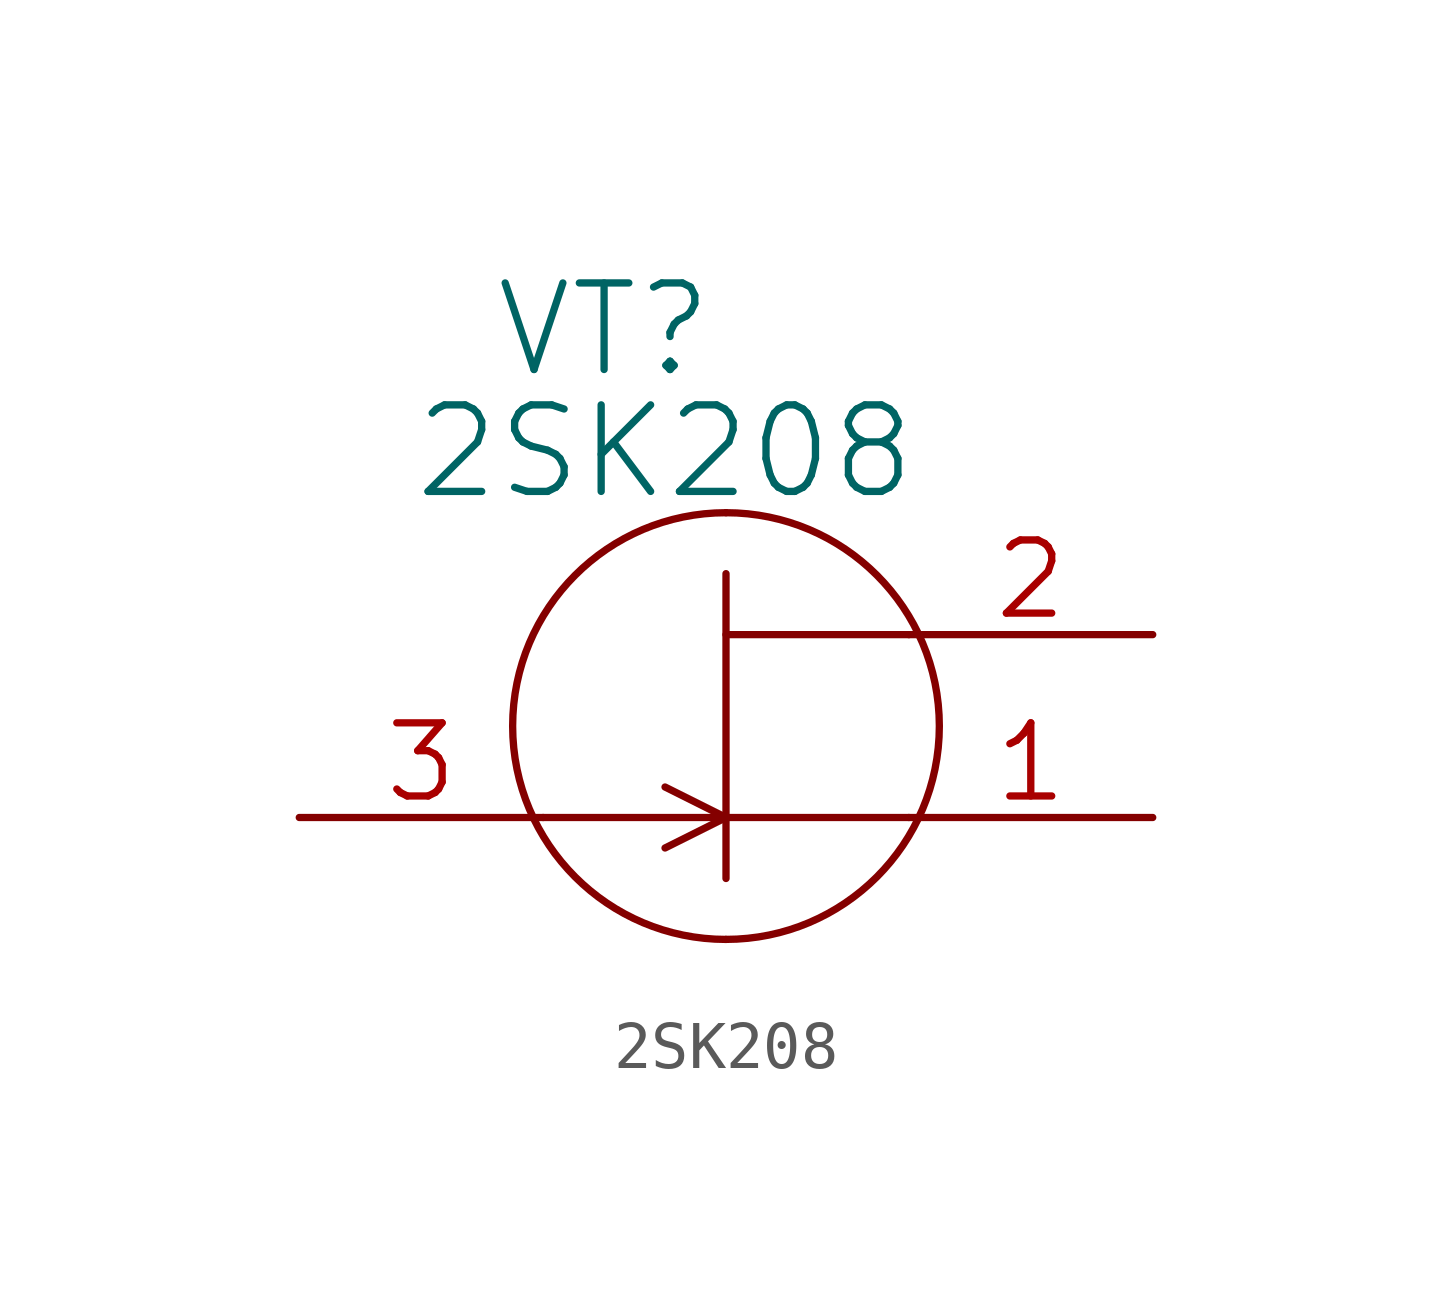
<source format=kicad_sym>
(kicad_symbol_lib
  (version 20211014)
  (generator kicad_symbol_editor)
  (symbol "2SK208"
    (pin_names hide)
    (property "Reference" "VT"
      (at 5.08 10.16 0)
      (effects (font (size 1.803 1.803))))
    (property "Value" "2SK208"
      (at 6.35 7.62 0)
      (effects (font (size 1.803 1.803))))
    (property "Footprint" ""
      (at 0 0 0)
      (effects (font (size 1.524 1.524))))
    (property "Datasheet" ""
      (at 0 0 0)
      (effects (font (size 1.524 1.524))))
    (symbol "2SK208_0_0"
      (pin passive line (at 16.51 0 180) (length 5.08) (name "SOURCE" (effects (font (size 1.524 1.524)))) (number "1" (effects (font (size 1.524 1.524)))))
      (pin passive line (at 16.51 3.81 180) (length 5.08) (name "DRAIN" (effects (font (size 1.524 1.524)))) (number "2" (effects (font (size 1.524 1.524)))))
      (pin input line (at -1.27 0 0) (length 5.08) (name "GATE" (effects (font (size 1.524 1.524)))) (number "3" (effects (font (size 1.524 1.524))))))
    (symbol "2SK208_0_1"
      (polyline (pts (xy 3.81 0) (xy 7.62 0)) (stroke (width 0) (type default) (color 0 0 0 0)) (fill (type none)))
      (polyline (pts (xy 7.62 0) (xy 6.35 -0.635)) (stroke (width 0) (type default) (color 0 0 0 0)) (fill (type none)))
      (polyline (pts (xy 7.62 0) (xy 6.35 0.635)) (stroke (width 0) (type default) (color 0 0 0 0)) (fill (type none)))
      (polyline (pts (xy 7.62 0) (xy 11.43 0)) (stroke (width 0) (type default) (color 0 0 0 0)) (fill (type none)))
      (polyline (pts (xy 7.62 3.81) (xy 11.43 3.81)) (stroke (width 0) (type default) (color 0 0 0 0)) (fill (type none)))
      (polyline (pts (xy 7.62 5.08) (xy 7.62 -1.27)) (stroke (width 0) (type default) (color 0 0 0 0)) (fill (type none)))
      (arc (start 7.62 -2.54) (mid 12.065 1.905) (end 7.62 6.35) (stroke (width 0) (type default) (color 0 0 0 0)) (fill (type none)))
      (arc (start 7.62 6.35) (mid 3.175 1.905) (end 7.62 -2.54) (stroke (width 0) (type default) (color 0 0 0 0)) (fill (type none))))))
</source>
